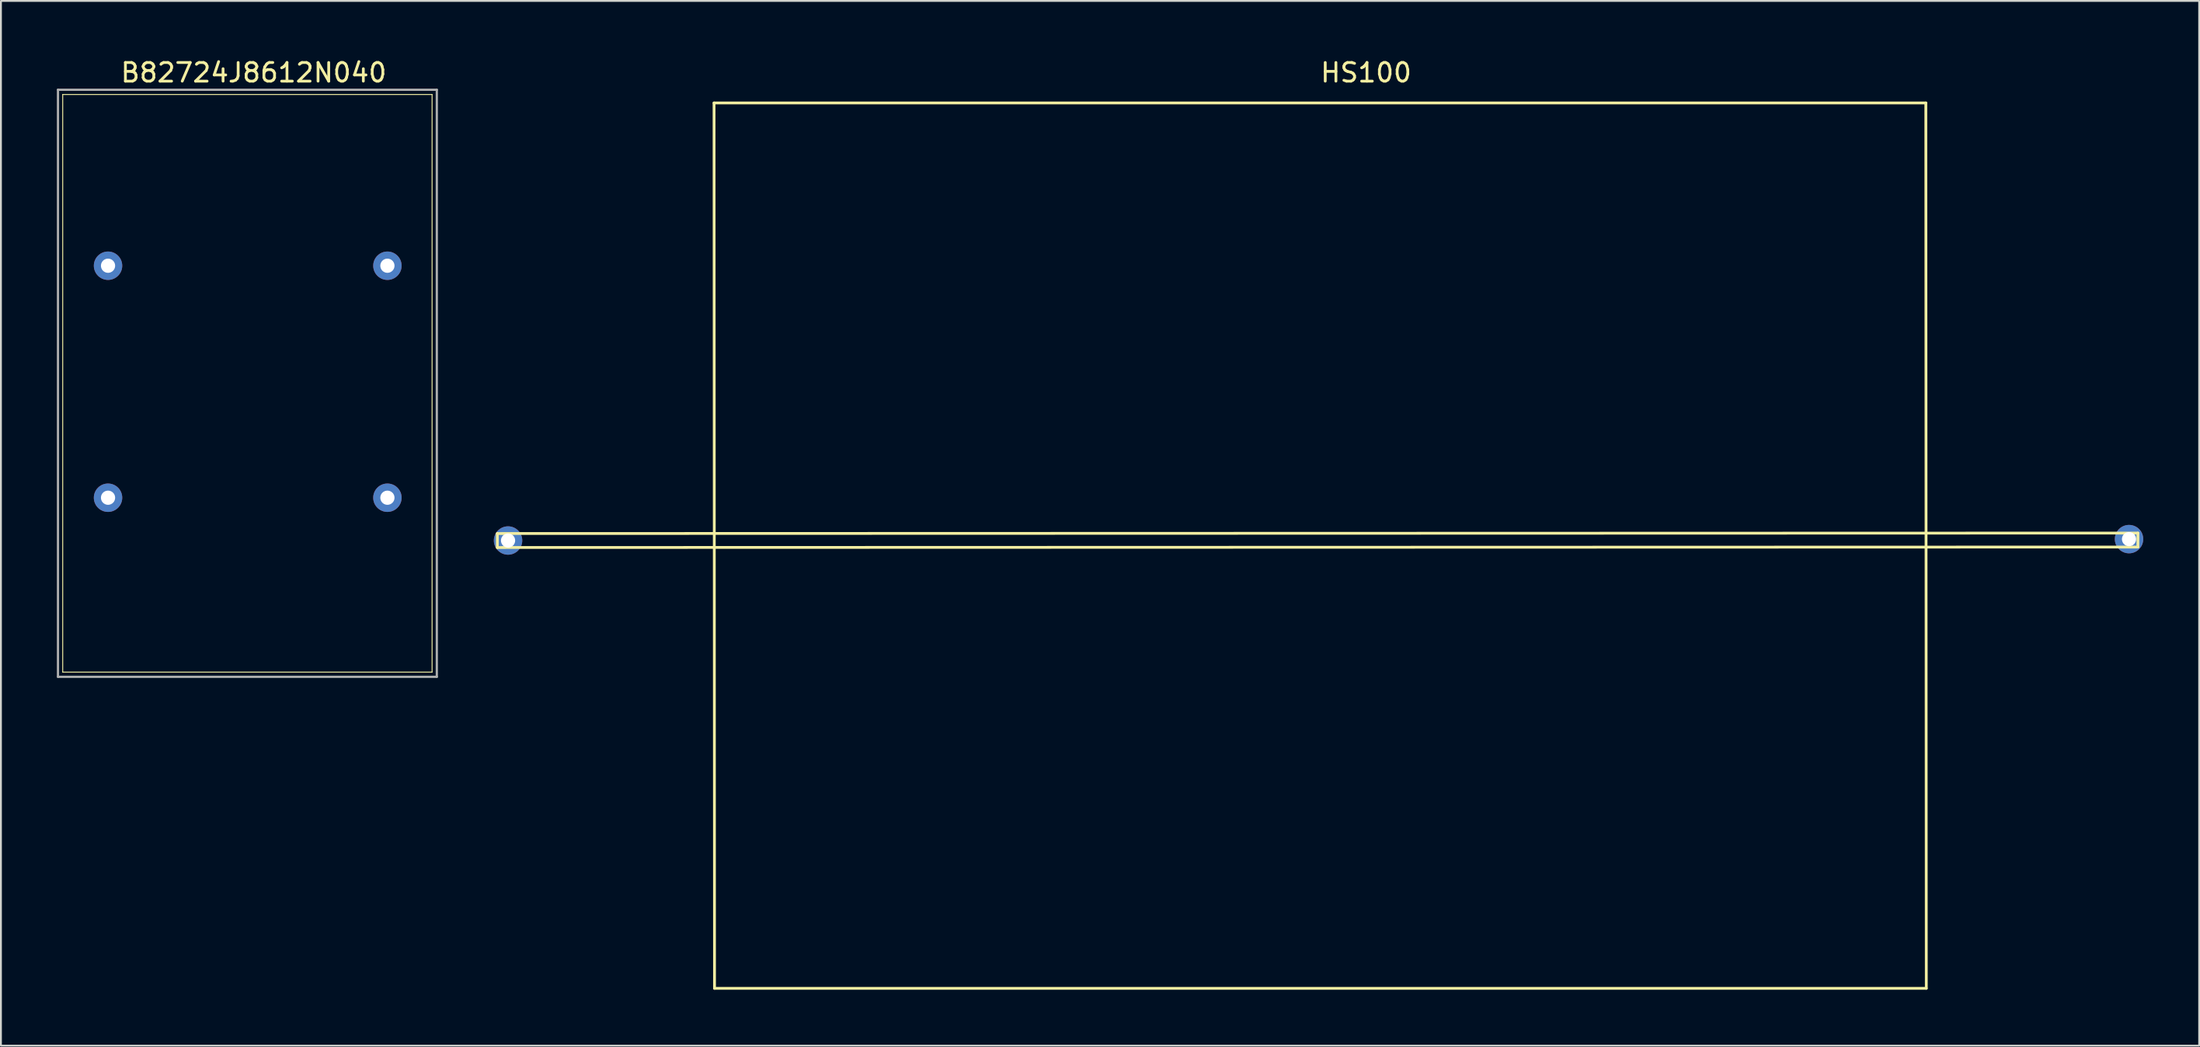
<source format=kicad_pcb>
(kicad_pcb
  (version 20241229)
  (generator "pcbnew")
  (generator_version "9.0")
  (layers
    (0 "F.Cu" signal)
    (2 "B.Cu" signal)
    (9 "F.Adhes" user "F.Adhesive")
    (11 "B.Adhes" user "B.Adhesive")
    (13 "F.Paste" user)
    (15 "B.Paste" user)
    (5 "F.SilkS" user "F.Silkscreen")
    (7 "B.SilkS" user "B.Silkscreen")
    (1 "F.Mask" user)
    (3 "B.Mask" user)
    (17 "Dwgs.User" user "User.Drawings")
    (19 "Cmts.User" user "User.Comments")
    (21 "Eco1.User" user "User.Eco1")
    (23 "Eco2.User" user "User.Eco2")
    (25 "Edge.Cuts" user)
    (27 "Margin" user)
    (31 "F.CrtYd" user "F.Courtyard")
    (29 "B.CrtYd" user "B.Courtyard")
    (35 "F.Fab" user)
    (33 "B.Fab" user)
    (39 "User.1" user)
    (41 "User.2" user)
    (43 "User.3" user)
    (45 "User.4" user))
  (footprint "HS100"
    (layer "F.Cu")
    (at 69.677 26.073)
    (property "Reference" "HS100" (at 0.55 -25.225 0) (layer "F.SilkS") (effects (font (size 1 1) (thickness 0.15))))
    (attr through_hole)
    (fp_line (start -46.05 -0.5) (end 41.95 -0.525) (stroke (width 0.15) (type solid)) (layer "F.SilkS"))
    (fp_line (start -46.05 0.25) (end -46.05 -0.5) (stroke (width 0.15) (type solid)) (layer "F.SilkS"))
    (fp_line (start -46.05 0.25) (end 41.95 0.225) (stroke (width 0.15) (type solid)) (layer "F.SilkS"))
    (fp_line (start -34.4 23.9) (end -34.425 -23.6) (stroke (width 0.15) (type solid)) (layer "F.SilkS"))
    (fp_line (start -34.4 23.9) (end 30.6 23.9) (stroke (width 0.15) (type solid)) (layer "F.SilkS"))
    (fp_line (start 30.575 -23.6) (end -34.425 -23.6) (stroke (width 0.15) (type solid)) (layer "F.SilkS"))
    (fp_line (start 30.575 -23.6) (end 30.6 23.9) (stroke (width 0.15) (type solid)) (layer "F.SilkS"))
    (fp_line (start 41.95 0.225) (end 41.95 -0.525) (stroke (width 0.15) (type solid)) (layer "F.SilkS"))
    (pad "1" thru_hole circle (at 41.475 -0.2) (size 1.524 1.524) (drill 0.762) (layers "*.Cu" "*.Mask"))
    (pad "2" thru_hole circle (at -45.475 -0.125) (size 1.524 1.524) (drill 0.762) (layers "*.Cu" "*.Mask")))
  (footprint "B82724J8612N040"
    (layer "F.Cu")
    (at 10.411 17.899)
    (property "Reference" "B82724J8612N040" (at 0.147 -17.051 0) (layer "F.SilkS") (effects (font (size 1 1) (thickness 0.15))))
    (attr through_hole)
    (fp_line (start -10.097 -15.88) (end 9.716 -15.88) (stroke (width 0.05) (type solid)) (layer "F.SilkS"))
    (fp_line (start -10.097 15.108) (end -10.097 -15.88) (stroke (width 0.05) (type solid)) (layer "F.SilkS"))
    (fp_line (start 9.716 -15.88) (end 9.716 15.108) (stroke (width 0.05) (type solid)) (layer "F.SilkS"))
    (fp_line (start 9.716 15.108) (end -10.097 15.108) (stroke (width 0.05) (type solid)) (layer "F.SilkS"))
    (fp_line (start -10.351 -16.134) (end 9.97 -16.134) (stroke (width 0.12) (type solid)) (layer "F.Fab"))
    (fp_line (start -10.351 15.362) (end -10.351 -16.134) (stroke (width 0.12) (type solid)) (layer "F.Fab"))
    (fp_line (start 9.97 -16.134) (end 9.97 15.362) (stroke (width 0.12) (type solid)) (layer "F.Fab"))
    (fp_line (start 9.97 15.362) (end -10.351 15.362) (stroke (width 0.12) (type solid)) (layer "F.Fab"))
    (pad "1" thru_hole circle (at -7.666 5.753) (size 1.524 1.524) (drill 0.762) (layers "*.Cu" "*.Mask"))
    (pad "2" thru_hole circle (at -7.666 -6.693) (size 1.524 1.524) (drill 0.762) (layers "*.Cu" "*.Mask"))
    (pad "3" thru_hole circle (at 7.32 -6.693) (size 1.524 1.524) (drill 0.762) (layers "*.Cu" "*.Mask"))
    (pad "4" thru_hole circle (at 7.32 5.753) (size 1.524 1.524) (drill 0.762) (layers "*.Cu" "*.Mask")))
  (gr_rect
    (start -3 -3)
    (end 114.914 53.048)
    (stroke (width 0.1) (type default))
    (fill no)
    (layer "Edge.Cuts")))
</source>
